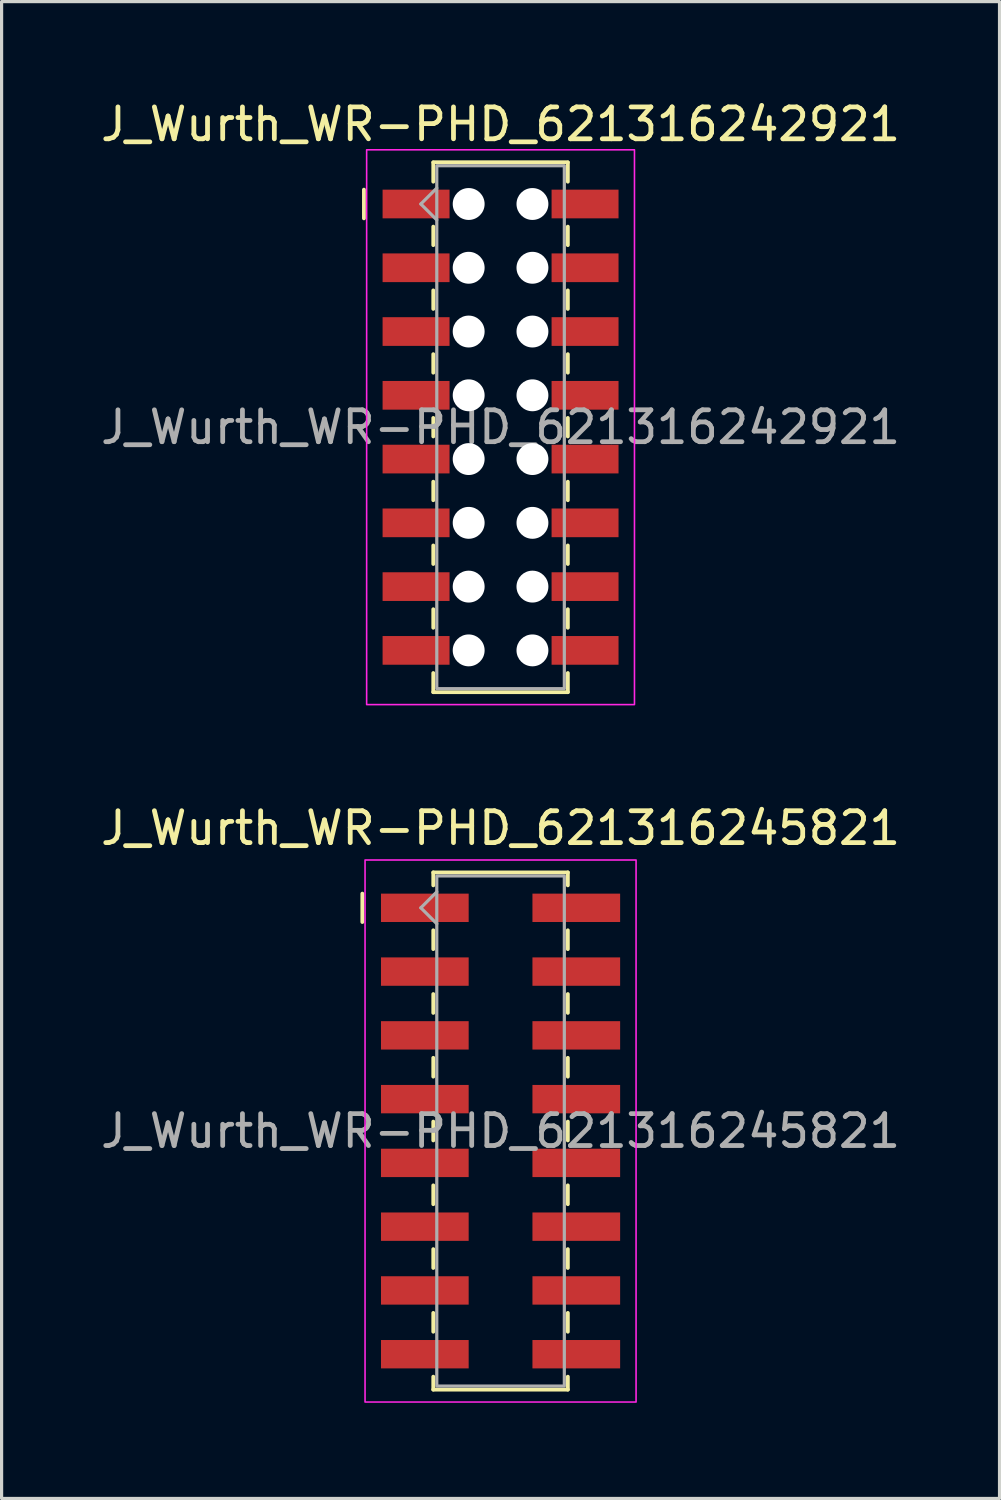
<source format=kicad_pcb>
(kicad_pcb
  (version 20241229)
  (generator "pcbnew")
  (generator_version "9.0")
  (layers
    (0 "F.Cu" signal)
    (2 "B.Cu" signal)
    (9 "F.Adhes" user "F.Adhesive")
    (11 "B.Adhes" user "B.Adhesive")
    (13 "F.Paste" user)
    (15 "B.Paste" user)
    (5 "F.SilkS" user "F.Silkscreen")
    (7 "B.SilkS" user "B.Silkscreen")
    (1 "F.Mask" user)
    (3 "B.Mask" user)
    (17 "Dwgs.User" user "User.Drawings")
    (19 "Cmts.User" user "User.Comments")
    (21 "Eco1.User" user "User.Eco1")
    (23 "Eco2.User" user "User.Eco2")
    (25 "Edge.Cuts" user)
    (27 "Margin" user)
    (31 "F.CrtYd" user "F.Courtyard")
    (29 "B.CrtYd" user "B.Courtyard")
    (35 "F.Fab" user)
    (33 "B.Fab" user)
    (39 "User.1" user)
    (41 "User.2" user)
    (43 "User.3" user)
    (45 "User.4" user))
  (footprint "J_Wurth_WR-PHD_621316245821"
    (layer "F.Cu")
    (at 12.649 32.422)
    (property "Reference" "J_Wurth_WR-PHD_621316245821" (at 0 -9.5 0) (unlocked yes) (layer "F.SilkS") (effects (font (size 1 1) (thickness 0.15))))
    (attr smd)
    (fp_line (start -4.335 -7.445) (end -4.335 -6.555) (stroke (width 0.12) (type solid)) (layer "F.SilkS"))
    (fp_line (start -2.11 -8.11) (end -2.11 -7.705) (stroke (width 0.12) (type solid)) (layer "F.SilkS"))
    (fp_line (start -2.11 -6.295) (end -2.11 -5.705) (stroke (width 0.12) (type solid)) (layer "F.SilkS"))
    (fp_line (start -2.11 -4.295) (end -2.11 -3.705) (stroke (width 0.12) (type solid)) (layer "F.SilkS"))
    (fp_line (start -2.11 -2.295) (end -2.11 -1.705) (stroke (width 0.12) (type solid)) (layer "F.SilkS"))
    (fp_line (start -2.11 -0.295) (end -2.11 0.295) (stroke (width 0.12) (type solid)) (layer "F.SilkS"))
    (fp_line (start -2.11 1.705) (end -2.11 2.295) (stroke (width 0.12) (type solid)) (layer "F.SilkS"))
    (fp_line (start -2.11 3.705) (end -2.11 4.295) (stroke (width 0.12) (type solid)) (layer "F.SilkS"))
    (fp_line (start -2.11 5.705) (end -2.11 6.295) (stroke (width 0.12) (type solid)) (layer "F.SilkS"))
    (fp_line (start -2.11 7.705) (end -2.11 8.11) (stroke (width 0.12) (type solid)) (layer "F.SilkS"))
    (fp_line (start 2.11 -8.11) (end -2.11 -8.11) (stroke (width 0.12) (type solid)) (layer "F.SilkS"))
    (fp_line (start 2.11 -8.11) (end 2.11 -7.705) (stroke (width 0.12) (type solid)) (layer "F.SilkS"))
    (fp_line (start 2.11 -6.295) (end 2.11 -5.705) (stroke (width 0.12) (type solid)) (layer "F.SilkS"))
    (fp_line (start 2.11 -4.295) (end 2.11 -3.705) (stroke (width 0.12) (type solid)) (layer "F.SilkS"))
    (fp_line (start 2.11 -2.295) (end 2.11 -1.705) (stroke (width 0.12) (type solid)) (layer "F.SilkS"))
    (fp_line (start 2.11 -0.295) (end 2.11 0.295) (stroke (width 0.12) (type solid)) (layer "F.SilkS"))
    (fp_line (start 2.11 1.705) (end 2.11 2.295) (stroke (width 0.12) (type solid)) (layer "F.SilkS"))
    (fp_line (start 2.11 3.705) (end 2.11 4.295) (stroke (width 0.12) (type solid)) (layer "F.SilkS"))
    (fp_line (start 2.11 5.705) (end 2.11 6.295) (stroke (width 0.12) (type solid)) (layer "F.SilkS"))
    (fp_line (start 2.11 7.705) (end 2.11 8.11) (stroke (width 0.12) (type solid)) (layer "F.SilkS"))
    (fp_line (start 2.11 8.11) (end -2.11 8.11) (stroke (width 0.12) (type solid)) (layer "F.SilkS"))
    (fp_rect (start -4.25 -8.5) (end 4.25 8.5) (stroke (width 0.05) (type solid)) (fill no) (layer "F.CrtYd"))
    (fp_line (start -2.5 -7) (end -2 -6.5) (stroke (width 0.1) (type default)) (layer "F.Fab"))
    (fp_line (start -2 -7.5) (end -2.5 -7) (stroke (width 0.1) (type default)) (layer "F.Fab"))
    (fp_rect (start -2 -8) (end 2 8) (stroke (width 0.1) (type solid)) (fill no) (layer "F.Fab"))
    (fp_text user "${REFERENCE}" (at 0 0 0) (unlocked yes) (layer "F.Fab") (effects (font (size 1 1) (thickness 0.15))))
    (pad "1" smd rect (at -2.375 -7 270) (size 0.89 2.75) (layers "F.Cu" "F.Mask" "F.Paste"))
    (pad "2" smd rect (at 2.375 -7 270) (size 0.89 2.75) (layers "F.Cu" "F.Mask" "F.Paste"))
    (pad "3" smd rect (at -2.375 -5 270) (size 0.89 2.75) (layers "F.Cu" "F.Mask" "F.Paste"))
    (pad "4" smd rect (at 2.375 -5 270) (size 0.89 2.75) (layers "F.Cu" "F.Mask" "F.Paste"))
    (pad "5" smd rect (at -2.375 -3 270) (size 0.89 2.75) (layers "F.Cu" "F.Mask" "F.Paste"))
    (pad "6" smd rect (at 2.375 -3 270) (size 0.89 2.75) (layers "F.Cu" "F.Mask" "F.Paste"))
    (pad "7" smd rect (at -2.375 -1 270) (size 0.89 2.75) (layers "F.Cu" "F.Mask" "F.Paste"))
    (pad "8" smd rect (at 2.375 -1 270) (size 0.89 2.75) (layers "F.Cu" "F.Mask" "F.Paste"))
    (pad "9" smd rect (at -2.375 1 270) (size 0.89 2.75) (layers "F.Cu" "F.Mask" "F.Paste"))
    (pad "10" smd rect (at 2.375 1 270) (size 0.89 2.75) (layers "F.Cu" "F.Mask" "F.Paste"))
    (pad "11" smd rect (at -2.375 3 270) (size 0.89 2.75) (layers "F.Cu" "F.Mask" "F.Paste"))
    (pad "12" smd rect (at 2.375 3 270) (size 0.89 2.75) (layers "F.Cu" "F.Mask" "F.Paste"))
    (pad "13" smd rect (at -2.375 5 270) (size 0.89 2.75) (layers "F.Cu" "F.Mask" "F.Paste"))
    (pad "14" smd rect (at 2.375 5 270) (size 0.89 2.75) (layers "F.Cu" "F.Mask" "F.Paste"))
    (pad "15" smd rect (at -2.375 7 270) (size 0.89 2.75) (layers "F.Cu" "F.Mask" "F.Paste"))
    (pad "16" smd rect (at 2.375 7 270) (size 0.89 2.75) (layers "F.Cu" "F.Mask" "F.Paste")))
  (footprint "J_Wurth_WR-PHD_621316242921"
    (layer "F.Cu")
    (at 12.649 10.348)
    (property "Reference" "J_Wurth_WR-PHD_621316242921" (at 0 -9.5 0) (unlocked yes) (layer "F.SilkS") (effects (font (size 1 1) (thickness 0.15))))
    (attr smd)
    (fp_line (start -4.285 -7.45) (end -4.285 -6.55) (stroke (width 0.12) (type solid)) (layer "F.SilkS"))
    (fp_line (start -2.11 -8.31) (end 2.11 -8.31) (stroke (width 0.12) (type solid)) (layer "F.SilkS"))
    (fp_line (start -2.11 -7.7) (end -2.11 -8.3) (stroke (width 0.12) (type solid)) (layer "F.SilkS"))
    (fp_line (start -2.11 -6.29) (end -2.11 -5.71) (stroke (width 0.12) (type solid)) (layer "F.SilkS"))
    (fp_line (start -2.11 -4.29) (end -2.11 -3.71) (stroke (width 0.12) (type solid)) (layer "F.SilkS"))
    (fp_line (start -2.11 -2.29) (end -2.11 -1.71) (stroke (width 0.12) (type solid)) (layer "F.SilkS"))
    (fp_line (start -2.11 -0.29) (end -2.11 0.29) (stroke (width 0.12) (type solid)) (layer "F.SilkS"))
    (fp_line (start -2.11 1.71) (end -2.11 2.29) (stroke (width 0.12) (type solid)) (layer "F.SilkS"))
    (fp_line (start -2.11 3.71) (end -2.11 4.29) (stroke (width 0.12) (type solid)) (layer "F.SilkS"))
    (fp_line (start -2.11 5.71) (end -2.11 6.29) (stroke (width 0.12) (type solid)) (layer "F.SilkS"))
    (fp_line (start -2.11 7.71) (end -2.11 8.31) (stroke (width 0.12) (type solid)) (layer "F.SilkS"))
    (fp_line (start 2.11 -7.7) (end 2.11 -8.3) (stroke (width 0.12) (type solid)) (layer "F.SilkS"))
    (fp_line (start 2.11 -6.29) (end 2.11 -5.71) (stroke (width 0.12) (type solid)) (layer "F.SilkS"))
    (fp_line (start 2.11 -4.29) (end 2.11 -3.71) (stroke (width 0.12) (type solid)) (layer "F.SilkS"))
    (fp_line (start 2.11 -2.29) (end 2.11 -1.71) (stroke (width 0.12) (type solid)) (layer "F.SilkS"))
    (fp_line (start 2.11 -0.29) (end 2.11 0.29) (stroke (width 0.12) (type solid)) (layer "F.SilkS"))
    (fp_line (start 2.11 1.71) (end 2.11 2.29) (stroke (width 0.12) (type solid)) (layer "F.SilkS"))
    (fp_line (start 2.11 3.71) (end 2.11 4.29) (stroke (width 0.12) (type solid)) (layer "F.SilkS"))
    (fp_line (start 2.11 5.71) (end 2.11 6.29) (stroke (width 0.12) (type solid)) (layer "F.SilkS"))
    (fp_line (start 2.11 7.71) (end 2.11 8.31) (stroke (width 0.12) (type solid)) (layer "F.SilkS"))
    (fp_line (start 2.11 8.31) (end -2.11 8.31) (stroke (width 0.12) (type solid)) (layer "F.SilkS"))
    (fp_rect (start -4.2 -8.7) (end 4.2 8.7) (stroke (width 0.05) (type solid)) (fill no) (layer "F.CrtYd"))
    (fp_line (start -2.5 -7) (end -2 -6.5) (stroke (width 0.1) (type default)) (layer "F.Fab"))
    (fp_line (start -2 -7.5) (end -2.5 -7) (stroke (width 0.1) (type default)) (layer "F.Fab"))
    (fp_rect (start -2 -8.2) (end 2 8.2) (stroke (width 0.1) (type solid)) (fill no) (layer "F.Fab"))
    (fp_text user "${REFERENCE}" (at 0 0 0) (unlocked yes) (layer "F.Fab") (effects (font (size 1 1) (thickness 0.15))))
    (pad "" np_thru_hole circle (at -1 -7 270) (size 1 1) (drill 1) (layers "*.Cu" "*.Mask"))
    (pad "" np_thru_hole circle (at -1 -5 270) (size 1 1) (drill 1) (layers "*.Cu" "*.Mask"))
    (pad "" np_thru_hole circle (at -1 -3 270) (size 1 1) (drill 1) (layers "*.Cu" "*.Mask"))
    (pad "" np_thru_hole circle (at -1 -1 270) (size 1 1) (drill 1) (layers "*.Cu" "*.Mask"))
    (pad "" np_thru_hole circle (at -1 1 270) (size 1 1) (drill 1) (layers "*.Cu" "*.Mask"))
    (pad "" np_thru_hole circle (at -1 3 270) (size 1 1) (drill 1) (layers "*.Cu" "*.Mask"))
    (pad "" np_thru_hole circle (at -1 5 270) (size 1 1) (drill 1) (layers "*.Cu" "*.Mask"))
    (pad "" np_thru_hole circle (at -1 7 270) (size 1 1) (drill 1) (layers "*.Cu" "*.Mask"))
    (pad "" np_thru_hole circle (at 1 -7 270) (size 1 1) (drill 1) (layers "*.Cu" "*.Mask"))
    (pad "" np_thru_hole circle (at 1 -5 270) (size 1 1) (drill 1) (layers "*.Cu" "*.Mask"))
    (pad "" np_thru_hole circle (at 1 -3 270) (size 1 1) (drill 1) (layers "*.Cu" "*.Mask"))
    (pad "" np_thru_hole circle (at 1 -1 270) (size 1 1) (drill 1) (layers "*.Cu" "*.Mask"))
    (pad "" np_thru_hole circle (at 1 1 270) (size 1 1) (drill 1) (layers "*.Cu" "*.Mask"))
    (pad "" np_thru_hole circle (at 1 3 270) (size 1 1) (drill 1) (layers "*.Cu" "*.Mask"))
    (pad "" np_thru_hole circle (at 1 5 270) (size 1 1) (drill 1) (layers "*.Cu" "*.Mask"))
    (pad "" np_thru_hole circle (at 1 7 270) (size 1 1) (drill 1) (layers "*.Cu" "*.Mask"))
    (pad "1" smd rect (at -2.65 -7 270) (size 0.9 2.1) (layers "F.Cu" "F.Mask" "F.Paste"))
    (pad "2" smd rect (at 2.65 -7 270) (size 0.9 2.1) (layers "F.Cu" "F.Mask" "F.Paste"))
    (pad "3" smd rect (at -2.65 -5 270) (size 0.9 2.1) (layers "F.Cu" "F.Mask" "F.Paste"))
    (pad "4" smd rect (at 2.65 -5 270) (size 0.9 2.1) (layers "F.Cu" "F.Mask" "F.Paste"))
    (pad "5" smd rect (at -2.65 -3 270) (size 0.9 2.1) (layers "F.Cu" "F.Mask" "F.Paste"))
    (pad "6" smd rect (at 2.65 -3 270) (size 0.9 2.1) (layers "F.Cu" "F.Mask" "F.Paste"))
    (pad "7" smd rect (at -2.65 -1 270) (size 0.9 2.1) (layers "F.Cu" "F.Mask" "F.Paste"))
    (pad "8" smd rect (at 2.65 -1 270) (size 0.9 2.1) (layers "F.Cu" "F.Mask" "F.Paste"))
    (pad "9" smd rect (at -2.65 1 270) (size 0.9 2.1) (layers "F.Cu" "F.Mask" "F.Paste"))
    (pad "10" smd rect (at 2.65 1 270) (size 0.9 2.1) (layers "F.Cu" "F.Mask" "F.Paste"))
    (pad "11" smd rect (at -2.65 3 270) (size 0.9 2.1) (layers "F.Cu" "F.Mask" "F.Paste"))
    (pad "12" smd rect (at 2.65 3 270) (size 0.9 2.1) (layers "F.Cu" "F.Mask" "F.Paste"))
    (pad "13" smd rect (at -2.65 5 270) (size 0.9 2.1) (layers "F.Cu" "F.Mask" "F.Paste"))
    (pad "14" smd rect (at 2.65 5 270) (size 0.9 2.1) (layers "F.Cu" "F.Mask" "F.Paste"))
    (pad "15" smd rect (at -2.65 7 270) (size 0.9 2.1) (layers "F.Cu" "F.Mask" "F.Paste"))
    (pad "16" smd rect (at 2.65 7 270) (size 0.9 2.1) (layers "F.Cu" "F.Mask" "F.Paste")))
  (gr_rect
    (start -3 -3)
    (end 28.298 43.947)
    (stroke (width 0.1) (type default))
    (fill no)
    (layer "Edge.Cuts")))
</source>
